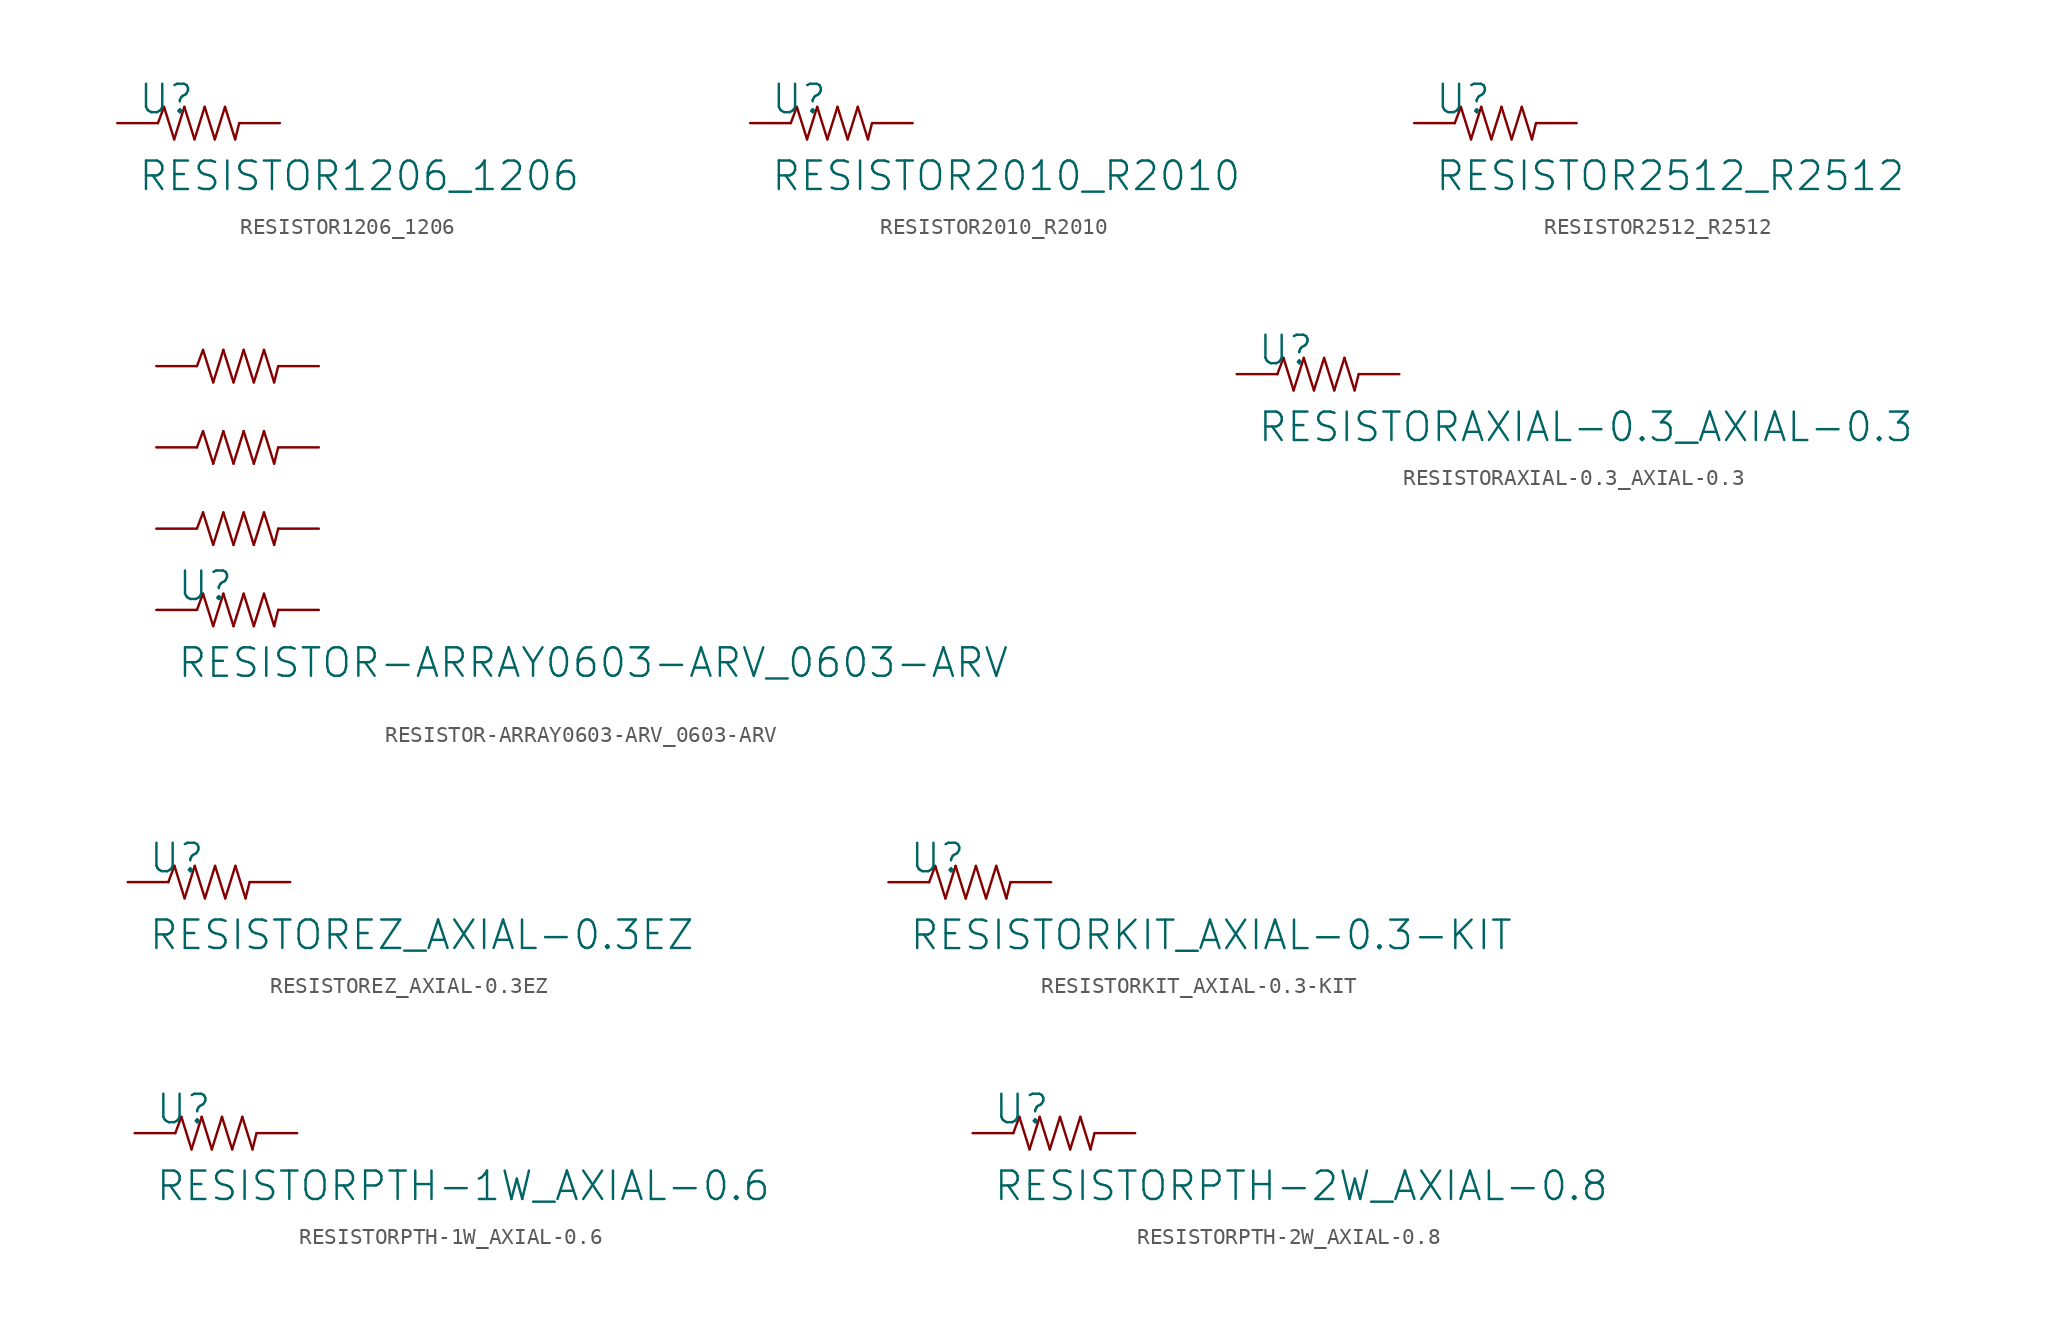
<source format=kicad_sym>
(kicad_symbol_lib
  (version 20211014)
  (generator kicad_symbol_editor)
  (symbol "RESISTOR1206_1206"
    (pin_names
      (offset 2.54))
    (property "Reference" "U"
      (at -3.81 1.499 0)
      (effects (font (size 1.778 1.778)) (justify left)))
    (property "Value" "RESISTOR1206_1206"
      (at -3.81 -3.302 0)
      (effects (font (size 1.778 1.778)) (justify left)))
    (property "Footprint" ""
      (at 0 0 0)
      (effects (font (size 1.524 1.524))))
    (property "Datasheet" ""
      (at 0 0 0)
      (effects (font (size 1.524 1.524))))
    (symbol "RESISTOR1206_1206_0_0"
      (polyline (pts (xy -2.54 0) (xy -2.159 1.016)) (stroke (width 0.152) (type default) (color 0 0 0 0)) (fill (type none)))
      (polyline (pts (xy -2.159 1.016) (xy -1.524 -1.016)) (stroke (width 0.152) (type default) (color 0 0 0 0)) (fill (type none)))
      (polyline (pts (xy -1.524 -1.016) (xy -0.889 1.016)) (stroke (width 0.152) (type default) (color 0 0 0 0)) (fill (type none)))
      (polyline (pts (xy -0.889 1.016) (xy -0.254 -1.016)) (stroke (width 0.152) (type default) (color 0 0 0 0)) (fill (type none)))
      (polyline (pts (xy -0.254 -1.016) (xy 0.381 1.016)) (stroke (width 0.152) (type default) (color 0 0 0 0)) (fill (type none)))
      (polyline (pts (xy 0.381 1.016) (xy 1.016 -1.016)) (stroke (width 0.152) (type default) (color 0 0 0 0)) (fill (type none)))
      (polyline (pts (xy 1.016 -1.016) (xy 1.651 1.016)) (stroke (width 0.152) (type default) (color 0 0 0 0)) (fill (type none)))
      (polyline (pts (xy 1.651 1.016) (xy 2.286 -1.016)) (stroke (width 0.152) (type default) (color 0 0 0 0)) (fill (type none)))
      (polyline (pts (xy 2.286 -1.016) (xy 2.54 0)) (stroke (width 0.152) (type default) (color 0 0 0 0)) (fill (type none)))
      (pin passive line (at -5.08 0 0) (length 2.54) (name "1" (effects (font (size 0 0)))) (number "1" (effects (font (size 0 0)))))
      (pin passive line (at 5.08 0 180) (length 2.54) (name "2" (effects (font (size 0 0)))) (number "2" (effects (font (size 0 0)))))))
  (symbol "RESISTOR2010_R2010"
    (pin_names
      (offset 2.54))
    (property "Reference" "U"
      (at -3.81 1.499 0)
      (effects (font (size 1.778 1.778)) (justify left)))
    (property "Value" "RESISTOR2010_R2010"
      (at -3.81 -3.302 0)
      (effects (font (size 1.778 1.778)) (justify left)))
    (property "Footprint" ""
      (at 0 0 0)
      (effects (font (size 1.524 1.524))))
    (property "Datasheet" ""
      (at 0 0 0)
      (effects (font (size 1.524 1.524))))
    (symbol "RESISTOR2010_R2010_0_0"
      (polyline (pts (xy -2.54 0) (xy -2.159 1.016)) (stroke (width 0.152) (type default) (color 0 0 0 0)) (fill (type none)))
      (polyline (pts (xy -2.159 1.016) (xy -1.524 -1.016)) (stroke (width 0.152) (type default) (color 0 0 0 0)) (fill (type none)))
      (polyline (pts (xy -1.524 -1.016) (xy -0.889 1.016)) (stroke (width 0.152) (type default) (color 0 0 0 0)) (fill (type none)))
      (polyline (pts (xy -0.889 1.016) (xy -0.254 -1.016)) (stroke (width 0.152) (type default) (color 0 0 0 0)) (fill (type none)))
      (polyline (pts (xy -0.254 -1.016) (xy 0.381 1.016)) (stroke (width 0.152) (type default) (color 0 0 0 0)) (fill (type none)))
      (polyline (pts (xy 0.381 1.016) (xy 1.016 -1.016)) (stroke (width 0.152) (type default) (color 0 0 0 0)) (fill (type none)))
      (polyline (pts (xy 1.016 -1.016) (xy 1.651 1.016)) (stroke (width 0.152) (type default) (color 0 0 0 0)) (fill (type none)))
      (polyline (pts (xy 1.651 1.016) (xy 2.286 -1.016)) (stroke (width 0.152) (type default) (color 0 0 0 0)) (fill (type none)))
      (polyline (pts (xy 2.286 -1.016) (xy 2.54 0)) (stroke (width 0.152) (type default) (color 0 0 0 0)) (fill (type none)))
      (pin passive line (at -5.08 0 0) (length 2.54) (name "1" (effects (font (size 0 0)))) (number "1" (effects (font (size 0 0)))))
      (pin passive line (at 5.08 0 180) (length 2.54) (name "2" (effects (font (size 0 0)))) (number "2" (effects (font (size 0 0)))))))
  (symbol "RESISTOR2512_R2512"
    (pin_names
      (offset 2.54))
    (property "Reference" "U"
      (at -3.81 1.499 0)
      (effects (font (size 1.778 1.778)) (justify left)))
    (property "Value" "RESISTOR2512_R2512"
      (at -3.81 -3.302 0)
      (effects (font (size 1.778 1.778)) (justify left)))
    (property "Footprint" ""
      (at 0 0 0)
      (effects (font (size 1.524 1.524))))
    (property "Datasheet" ""
      (at 0 0 0)
      (effects (font (size 1.524 1.524))))
    (symbol "RESISTOR2512_R2512_0_0"
      (polyline (pts (xy -2.54 0) (xy -2.159 1.016)) (stroke (width 0.152) (type default) (color 0 0 0 0)) (fill (type none)))
      (polyline (pts (xy -2.159 1.016) (xy -1.524 -1.016)) (stroke (width 0.152) (type default) (color 0 0 0 0)) (fill (type none)))
      (polyline (pts (xy -1.524 -1.016) (xy -0.889 1.016)) (stroke (width 0.152) (type default) (color 0 0 0 0)) (fill (type none)))
      (polyline (pts (xy -0.889 1.016) (xy -0.254 -1.016)) (stroke (width 0.152) (type default) (color 0 0 0 0)) (fill (type none)))
      (polyline (pts (xy -0.254 -1.016) (xy 0.381 1.016)) (stroke (width 0.152) (type default) (color 0 0 0 0)) (fill (type none)))
      (polyline (pts (xy 0.381 1.016) (xy 1.016 -1.016)) (stroke (width 0.152) (type default) (color 0 0 0 0)) (fill (type none)))
      (polyline (pts (xy 1.016 -1.016) (xy 1.651 1.016)) (stroke (width 0.152) (type default) (color 0 0 0 0)) (fill (type none)))
      (polyline (pts (xy 1.651 1.016) (xy 2.286 -1.016)) (stroke (width 0.152) (type default) (color 0 0 0 0)) (fill (type none)))
      (polyline (pts (xy 2.286 -1.016) (xy 2.54 0)) (stroke (width 0.152) (type default) (color 0 0 0 0)) (fill (type none)))
      (pin passive line (at -5.08 0 0) (length 2.54) (name "1" (effects (font (size 0 0)))) (number "1" (effects (font (size 0 0)))))
      (pin passive line (at 5.08 0 180) (length 2.54) (name "2" (effects (font (size 0 0)))) (number "2" (effects (font (size 0 0)))))))
  (symbol "RESISTOR-ARRAY0603-ARV_0603-ARV"
    (pin_names
      (offset 2.54))
    (property "Reference" "U"
      (at -3.81 -6.121 0)
      (effects (font (size 1.778 1.778)) (justify left)))
    (property "Value" "RESISTOR-ARRAY0603-ARV_0603-ARV"
      (at -3.81 -10.922 0)
      (effects (font (size 1.778 1.778)) (justify left)))
    (property "Footprint" ""
      (at 0 0 0)
      (effects (font (size 1.524 1.524))))
    (property "Datasheet" ""
      (at 0 0 0)
      (effects (font (size 1.524 1.524))))
    (symbol "RESISTOR-ARRAY0603-ARV_0603-ARV_0_0"
      (polyline (pts (xy -2.54 -7.62) (xy -2.159 -6.604)) (stroke (width 0.152) (type default) (color 0 0 0 0)) (fill (type none)))
      (polyline (pts (xy -2.54 -2.54) (xy -2.159 -1.524)) (stroke (width 0.152) (type default) (color 0 0 0 0)) (fill (type none)))
      (polyline (pts (xy -2.54 2.54) (xy -2.159 3.556)) (stroke (width 0.152) (type default) (color 0 0 0 0)) (fill (type none)))
      (polyline (pts (xy -2.54 7.62) (xy -2.159 8.636)) (stroke (width 0.152) (type default) (color 0 0 0 0)) (fill (type none)))
      (polyline (pts (xy -2.159 -6.604) (xy -1.524 -8.636)) (stroke (width 0.152) (type default) (color 0 0 0 0)) (fill (type none)))
      (polyline (pts (xy -2.159 -1.524) (xy -1.524 -3.556)) (stroke (width 0.152) (type default) (color 0 0 0 0)) (fill (type none)))
      (polyline (pts (xy -2.159 3.556) (xy -1.524 1.524)) (stroke (width 0.152) (type default) (color 0 0 0 0)) (fill (type none)))
      (polyline (pts (xy -2.159 8.636) (xy -1.524 6.604)) (stroke (width 0.152) (type default) (color 0 0 0 0)) (fill (type none)))
      (polyline (pts (xy -1.524 -8.636) (xy -0.889 -6.604)) (stroke (width 0.152) (type default) (color 0 0 0 0)) (fill (type none)))
      (polyline (pts (xy -1.524 -3.556) (xy -0.889 -1.524)) (stroke (width 0.152) (type default) (color 0 0 0 0)) (fill (type none)))
      (polyline (pts (xy -1.524 1.524) (xy -0.889 3.556)) (stroke (width 0.152) (type default) (color 0 0 0 0)) (fill (type none)))
      (polyline (pts (xy -1.524 6.604) (xy -0.889 8.636)) (stroke (width 0.152) (type default) (color 0 0 0 0)) (fill (type none)))
      (polyline (pts (xy -0.889 -6.604) (xy -0.254 -8.636)) (stroke (width 0.152) (type default) (color 0 0 0 0)) (fill (type none)))
      (polyline (pts (xy -0.889 -1.524) (xy -0.254 -3.556)) (stroke (width 0.152) (type default) (color 0 0 0 0)) (fill (type none)))
      (polyline (pts (xy -0.889 3.556) (xy -0.254 1.524)) (stroke (width 0.152) (type default) (color 0 0 0 0)) (fill (type none)))
      (polyline (pts (xy -0.889 8.636) (xy -0.254 6.604)) (stroke (width 0.152) (type default) (color 0 0 0 0)) (fill (type none)))
      (polyline (pts (xy -0.254 -8.636) (xy 0.381 -6.604)) (stroke (width 0.152) (type default) (color 0 0 0 0)) (fill (type none)))
      (polyline (pts (xy -0.254 -3.556) (xy 0.381 -1.524)) (stroke (width 0.152) (type default) (color 0 0 0 0)) (fill (type none)))
      (polyline (pts (xy -0.254 1.524) (xy 0.381 3.556)) (stroke (width 0.152) (type default) (color 0 0 0 0)) (fill (type none)))
      (polyline (pts (xy -0.254 6.604) (xy 0.381 8.636)) (stroke (width 0.152) (type default) (color 0 0 0 0)) (fill (type none)))
      (polyline (pts (xy 0.381 -6.604) (xy 1.016 -8.636)) (stroke (width 0.152) (type default) (color 0 0 0 0)) (fill (type none)))
      (polyline (pts (xy 0.381 -1.524) (xy 1.016 -3.556)) (stroke (width 0.152) (type default) (color 0 0 0 0)) (fill (type none)))
      (polyline (pts (xy 0.381 3.556) (xy 1.016 1.524)) (stroke (width 0.152) (type default) (color 0 0 0 0)) (fill (type none)))
      (polyline (pts (xy 0.381 8.636) (xy 1.016 6.604)) (stroke (width 0.152) (type default) (color 0 0 0 0)) (fill (type none)))
      (polyline (pts (xy 1.016 -8.636) (xy 1.651 -6.604)) (stroke (width 0.152) (type default) (color 0 0 0 0)) (fill (type none)))
      (polyline (pts (xy 1.016 -3.556) (xy 1.651 -1.524)) (stroke (width 0.152) (type default) (color 0 0 0 0)) (fill (type none)))
      (polyline (pts (xy 1.016 1.524) (xy 1.651 3.556)) (stroke (width 0.152) (type default) (color 0 0 0 0)) (fill (type none)))
      (polyline (pts (xy 1.016 6.604) (xy 1.651 8.636)) (stroke (width 0.152) (type default) (color 0 0 0 0)) (fill (type none)))
      (polyline (pts (xy 1.651 -6.604) (xy 2.286 -8.636)) (stroke (width 0.152) (type default) (color 0 0 0 0)) (fill (type none)))
      (polyline (pts (xy 1.651 -1.524) (xy 2.286 -3.556)) (stroke (width 0.152) (type default) (color 0 0 0 0)) (fill (type none)))
      (polyline (pts (xy 1.651 3.556) (xy 2.286 1.524)) (stroke (width 0.152) (type default) (color 0 0 0 0)) (fill (type none)))
      (polyline (pts (xy 1.651 8.636) (xy 2.286 6.604)) (stroke (width 0.152) (type default) (color 0 0 0 0)) (fill (type none)))
      (polyline (pts (xy 2.286 -8.636) (xy 2.54 -7.62)) (stroke (width 0.152) (type default) (color 0 0 0 0)) (fill (type none)))
      (polyline (pts (xy 2.286 -3.556) (xy 2.54 -2.54)) (stroke (width 0.152) (type default) (color 0 0 0 0)) (fill (type none)))
      (polyline (pts (xy 2.286 1.524) (xy 2.54 2.54)) (stroke (width 0.152) (type default) (color 0 0 0 0)) (fill (type none)))
      (polyline (pts (xy 2.286 6.604) (xy 2.54 7.62)) (stroke (width 0.152) (type default) (color 0 0 0 0)) (fill (type none)))
      (pin passive line (at -5.08 -7.62 0) (length 2.54) (name "1" (effects (font (size 0 0)))) (number "3" (effects (font (size 0 0)))))
      (pin passive line (at -5.08 -2.54 0) (length 2.54) (name "1" (effects (font (size 0 0)))) (number "3" (effects (font (size 0 0)))))
      (pin passive line (at -5.08 2.54 0) (length 2.54) (name "1" (effects (font (size 0 0)))) (number "3" (effects (font (size 0 0)))))
      (pin passive line (at -5.08 7.62 0) (length 2.54) (name "1" (effects (font (size 0 0)))) (number "3" (effects (font (size 0 0)))))
      (pin passive line (at 5.08 -7.62 180) (length 2.54) (name "2" (effects (font (size 0 0)))) (number "6" (effects (font (size 0 0)))))
      (pin passive line (at 5.08 -2.54 180) (length 2.54) (name "2" (effects (font (size 0 0)))) (number "6" (effects (font (size 0 0)))))
      (pin passive line (at 5.08 2.54 180) (length 2.54) (name "2" (effects (font (size 0 0)))) (number "6" (effects (font (size 0 0)))))
      (pin passive line (at 5.08 7.62 180) (length 2.54) (name "2" (effects (font (size 0 0)))) (number "6" (effects (font (size 0 0)))))))
  (symbol "RESISTORAXIAL-0.3_AXIAL-0.3"
    (pin_names
      (offset 2.54))
    (property "Reference" "U"
      (at -3.81 1.499 0)
      (effects (font (size 1.778 1.778)) (justify left)))
    (property "Value" "RESISTORAXIAL-0.3_AXIAL-0.3"
      (at -3.81 -3.302 0)
      (effects (font (size 1.778 1.778)) (justify left)))
    (property "Footprint" ""
      (at 0 0 0)
      (effects (font (size 1.524 1.524))))
    (property "Datasheet" ""
      (at 0 0 0)
      (effects (font (size 1.524 1.524))))
    (symbol "RESISTORAXIAL-0.3_AXIAL-0.3_0_0"
      (polyline (pts (xy -2.54 0) (xy -2.159 1.016)) (stroke (width 0.152) (type default) (color 0 0 0 0)) (fill (type none)))
      (polyline (pts (xy -2.159 1.016) (xy -1.524 -1.016)) (stroke (width 0.152) (type default) (color 0 0 0 0)) (fill (type none)))
      (polyline (pts (xy -1.524 -1.016) (xy -0.889 1.016)) (stroke (width 0.152) (type default) (color 0 0 0 0)) (fill (type none)))
      (polyline (pts (xy -0.889 1.016) (xy -0.254 -1.016)) (stroke (width 0.152) (type default) (color 0 0 0 0)) (fill (type none)))
      (polyline (pts (xy -0.254 -1.016) (xy 0.381 1.016)) (stroke (width 0.152) (type default) (color 0 0 0 0)) (fill (type none)))
      (polyline (pts (xy 0.381 1.016) (xy 1.016 -1.016)) (stroke (width 0.152) (type default) (color 0 0 0 0)) (fill (type none)))
      (polyline (pts (xy 1.016 -1.016) (xy 1.651 1.016)) (stroke (width 0.152) (type default) (color 0 0 0 0)) (fill (type none)))
      (polyline (pts (xy 1.651 1.016) (xy 2.286 -1.016)) (stroke (width 0.152) (type default) (color 0 0 0 0)) (fill (type none)))
      (polyline (pts (xy 2.286 -1.016) (xy 2.54 0)) (stroke (width 0.152) (type default) (color 0 0 0 0)) (fill (type none)))
      (pin passive line (at -5.08 0 0) (length 2.54) (name "1" (effects (font (size 0 0)))) (number "P$1" (effects (font (size 0 0)))))
      (pin passive line (at 5.08 0 180) (length 2.54) (name "2" (effects (font (size 0 0)))) (number "P$2" (effects (font (size 0 0)))))))
  (symbol "RESISTOREZ_AXIAL-0.3EZ"
    (pin_names
      (offset 2.54))
    (property "Reference" "U"
      (at -3.81 1.499 0)
      (effects (font (size 1.778 1.778)) (justify left)))
    (property "Value" "RESISTOREZ_AXIAL-0.3EZ"
      (at -3.81 -3.302 0)
      (effects (font (size 1.778 1.778)) (justify left)))
    (property "Footprint" ""
      (at 0 0 0)
      (effects (font (size 1.524 1.524))))
    (property "Datasheet" ""
      (at 0 0 0)
      (effects (font (size 1.524 1.524))))
    (symbol "RESISTOREZ_AXIAL-0.3EZ_0_0"
      (polyline (pts (xy -2.54 0) (xy -2.159 1.016)) (stroke (width 0.152) (type default) (color 0 0 0 0)) (fill (type none)))
      (polyline (pts (xy -2.159 1.016) (xy -1.524 -1.016)) (stroke (width 0.152) (type default) (color 0 0 0 0)) (fill (type none)))
      (polyline (pts (xy -1.524 -1.016) (xy -0.889 1.016)) (stroke (width 0.152) (type default) (color 0 0 0 0)) (fill (type none)))
      (polyline (pts (xy -0.889 1.016) (xy -0.254 -1.016)) (stroke (width 0.152) (type default) (color 0 0 0 0)) (fill (type none)))
      (polyline (pts (xy -0.254 -1.016) (xy 0.381 1.016)) (stroke (width 0.152) (type default) (color 0 0 0 0)) (fill (type none)))
      (polyline (pts (xy 0.381 1.016) (xy 1.016 -1.016)) (stroke (width 0.152) (type default) (color 0 0 0 0)) (fill (type none)))
      (polyline (pts (xy 1.016 -1.016) (xy 1.651 1.016)) (stroke (width 0.152) (type default) (color 0 0 0 0)) (fill (type none)))
      (polyline (pts (xy 1.651 1.016) (xy 2.286 -1.016)) (stroke (width 0.152) (type default) (color 0 0 0 0)) (fill (type none)))
      (polyline (pts (xy 2.286 -1.016) (xy 2.54 0)) (stroke (width 0.152) (type default) (color 0 0 0 0)) (fill (type none)))
      (pin passive line (at -5.08 0 0) (length 2.54) (name "1" (effects (font (size 0 0)))) (number "P$1" (effects (font (size 0 0)))))
      (pin passive line (at 5.08 0 180) (length 2.54) (name "2" (effects (font (size 0 0)))) (number "P$2" (effects (font (size 0 0)))))))
  (symbol "RESISTORKIT_AXIAL-0.3-KIT"
    (pin_names
      (offset 2.54))
    (property "Reference" "U"
      (at -3.81 1.499 0)
      (effects (font (size 1.778 1.778)) (justify left)))
    (property "Value" "RESISTORKIT_AXIAL-0.3-KIT"
      (at -3.81 -3.302 0)
      (effects (font (size 1.778 1.778)) (justify left)))
    (property "Footprint" ""
      (at 0 0 0)
      (effects (font (size 1.524 1.524))))
    (property "Datasheet" ""
      (at 0 0 0)
      (effects (font (size 1.524 1.524))))
    (symbol "RESISTORKIT_AXIAL-0.3-KIT_0_0"
      (polyline (pts (xy -2.54 0) (xy -2.159 1.016)) (stroke (width 0.152) (type default) (color 0 0 0 0)) (fill (type none)))
      (polyline (pts (xy -2.159 1.016) (xy -1.524 -1.016)) (stroke (width 0.152) (type default) (color 0 0 0 0)) (fill (type none)))
      (polyline (pts (xy -1.524 -1.016) (xy -0.889 1.016)) (stroke (width 0.152) (type default) (color 0 0 0 0)) (fill (type none)))
      (polyline (pts (xy -0.889 1.016) (xy -0.254 -1.016)) (stroke (width 0.152) (type default) (color 0 0 0 0)) (fill (type none)))
      (polyline (pts (xy -0.254 -1.016) (xy 0.381 1.016)) (stroke (width 0.152) (type default) (color 0 0 0 0)) (fill (type none)))
      (polyline (pts (xy 0.381 1.016) (xy 1.016 -1.016)) (stroke (width 0.152) (type default) (color 0 0 0 0)) (fill (type none)))
      (polyline (pts (xy 1.016 -1.016) (xy 1.651 1.016)) (stroke (width 0.152) (type default) (color 0 0 0 0)) (fill (type none)))
      (polyline (pts (xy 1.651 1.016) (xy 2.286 -1.016)) (stroke (width 0.152) (type default) (color 0 0 0 0)) (fill (type none)))
      (polyline (pts (xy 2.286 -1.016) (xy 2.54 0)) (stroke (width 0.152) (type default) (color 0 0 0 0)) (fill (type none)))
      (pin passive line (at -5.08 0 0) (length 2.54) (name "1" (effects (font (size 0 0)))) (number "P$1" (effects (font (size 0 0)))))
      (pin passive line (at 5.08 0 180) (length 2.54) (name "2" (effects (font (size 0 0)))) (number "P$2" (effects (font (size 0 0)))))))
  (symbol "RESISTORPTH-1W_AXIAL-0.6"
    (pin_names
      (offset 2.54))
    (property "Reference" "U"
      (at -3.81 1.499 0)
      (effects (font (size 1.778 1.778)) (justify left)))
    (property "Value" "RESISTORPTH-1W_AXIAL-0.6"
      (at -3.81 -3.302 0)
      (effects (font (size 1.778 1.778)) (justify left)))
    (property "Footprint" ""
      (at 0 0 0)
      (effects (font (size 1.524 1.524))))
    (property "Datasheet" ""
      (at 0 0 0)
      (effects (font (size 1.524 1.524))))
    (symbol "RESISTORPTH-1W_AXIAL-0.6_0_0"
      (polyline (pts (xy -2.54 0) (xy -2.159 1.016)) (stroke (width 0.152) (type default) (color 0 0 0 0)) (fill (type none)))
      (polyline (pts (xy -2.159 1.016) (xy -1.524 -1.016)) (stroke (width 0.152) (type default) (color 0 0 0 0)) (fill (type none)))
      (polyline (pts (xy -1.524 -1.016) (xy -0.889 1.016)) (stroke (width 0.152) (type default) (color 0 0 0 0)) (fill (type none)))
      (polyline (pts (xy -0.889 1.016) (xy -0.254 -1.016)) (stroke (width 0.152) (type default) (color 0 0 0 0)) (fill (type none)))
      (polyline (pts (xy -0.254 -1.016) (xy 0.381 1.016)) (stroke (width 0.152) (type default) (color 0 0 0 0)) (fill (type none)))
      (polyline (pts (xy 0.381 1.016) (xy 1.016 -1.016)) (stroke (width 0.152) (type default) (color 0 0 0 0)) (fill (type none)))
      (polyline (pts (xy 1.016 -1.016) (xy 1.651 1.016)) (stroke (width 0.152) (type default) (color 0 0 0 0)) (fill (type none)))
      (polyline (pts (xy 1.651 1.016) (xy 2.286 -1.016)) (stroke (width 0.152) (type default) (color 0 0 0 0)) (fill (type none)))
      (polyline (pts (xy 2.286 -1.016) (xy 2.54 0)) (stroke (width 0.152) (type default) (color 0 0 0 0)) (fill (type none)))
      (pin passive line (at -5.08 0 0) (length 2.54) (name "1" (effects (font (size 0 0)))) (number "P$1" (effects (font (size 0 0)))))
      (pin passive line (at 5.08 0 180) (length 2.54) (name "2" (effects (font (size 0 0)))) (number "P$2" (effects (font (size 0 0)))))))
  (symbol "RESISTORPTH-2W_AXIAL-0.8"
    (pin_names
      (offset 2.54))
    (property "Reference" "U"
      (at -3.81 1.499 0)
      (effects (font (size 1.778 1.778)) (justify left)))
    (property "Value" "RESISTORPTH-2W_AXIAL-0.8"
      (at -3.81 -3.302 0)
      (effects (font (size 1.778 1.778)) (justify left)))
    (property "Footprint" ""
      (at 0 0 0)
      (effects (font (size 1.524 1.524))))
    (property "Datasheet" ""
      (at 0 0 0)
      (effects (font (size 1.524 1.524))))
    (symbol "RESISTORPTH-2W_AXIAL-0.8_0_0"
      (polyline (pts (xy -2.54 0) (xy -2.159 1.016)) (stroke (width 0.152) (type default) (color 0 0 0 0)) (fill (type none)))
      (polyline (pts (xy -2.159 1.016) (xy -1.524 -1.016)) (stroke (width 0.152) (type default) (color 0 0 0 0)) (fill (type none)))
      (polyline (pts (xy -1.524 -1.016) (xy -0.889 1.016)) (stroke (width 0.152) (type default) (color 0 0 0 0)) (fill (type none)))
      (polyline (pts (xy -0.889 1.016) (xy -0.254 -1.016)) (stroke (width 0.152) (type default) (color 0 0 0 0)) (fill (type none)))
      (polyline (pts (xy -0.254 -1.016) (xy 0.381 1.016)) (stroke (width 0.152) (type default) (color 0 0 0 0)) (fill (type none)))
      (polyline (pts (xy 0.381 1.016) (xy 1.016 -1.016)) (stroke (width 0.152) (type default) (color 0 0 0 0)) (fill (type none)))
      (polyline (pts (xy 1.016 -1.016) (xy 1.651 1.016)) (stroke (width 0.152) (type default) (color 0 0 0 0)) (fill (type none)))
      (polyline (pts (xy 1.651 1.016) (xy 2.286 -1.016)) (stroke (width 0.152) (type default) (color 0 0 0 0)) (fill (type none)))
      (polyline (pts (xy 2.286 -1.016) (xy 2.54 0)) (stroke (width 0.152) (type default) (color 0 0 0 0)) (fill (type none)))
      (pin passive line (at -5.08 0 0) (length 2.54) (name "1" (effects (font (size 0 0)))) (number "P$1" (effects (font (size 0 0)))))
      (pin passive line (at 5.08 0 180) (length 2.54) (name "2" (effects (font (size 0 0)))) (number "P$2" (effects (font (size 0 0))))))))
</source>
